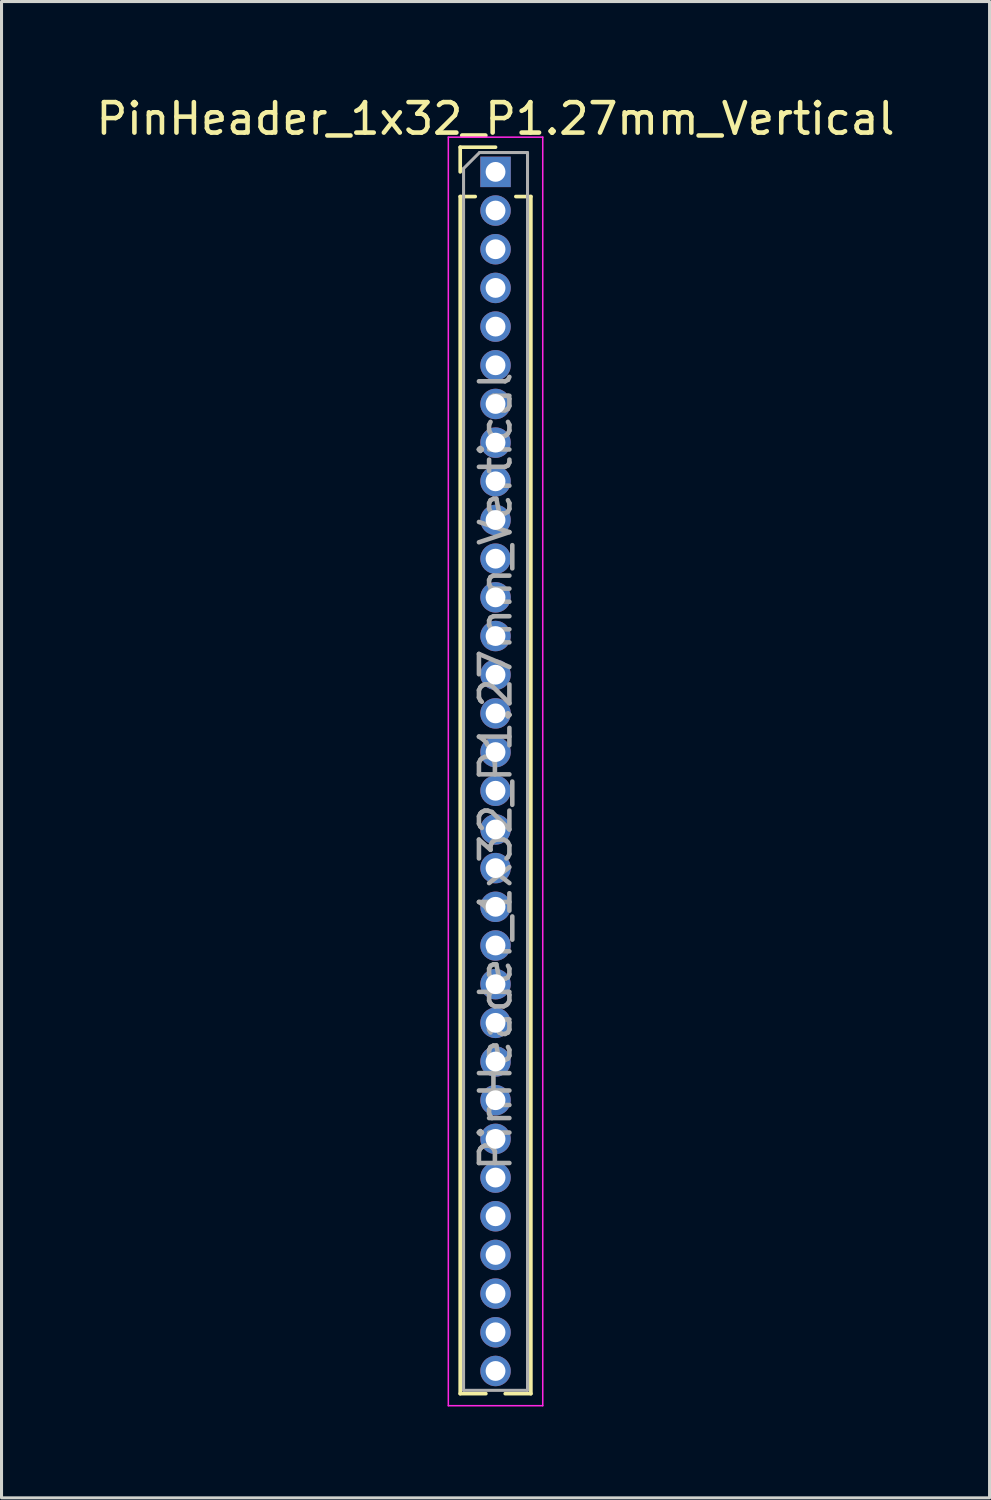
<source format=kicad_pcb>
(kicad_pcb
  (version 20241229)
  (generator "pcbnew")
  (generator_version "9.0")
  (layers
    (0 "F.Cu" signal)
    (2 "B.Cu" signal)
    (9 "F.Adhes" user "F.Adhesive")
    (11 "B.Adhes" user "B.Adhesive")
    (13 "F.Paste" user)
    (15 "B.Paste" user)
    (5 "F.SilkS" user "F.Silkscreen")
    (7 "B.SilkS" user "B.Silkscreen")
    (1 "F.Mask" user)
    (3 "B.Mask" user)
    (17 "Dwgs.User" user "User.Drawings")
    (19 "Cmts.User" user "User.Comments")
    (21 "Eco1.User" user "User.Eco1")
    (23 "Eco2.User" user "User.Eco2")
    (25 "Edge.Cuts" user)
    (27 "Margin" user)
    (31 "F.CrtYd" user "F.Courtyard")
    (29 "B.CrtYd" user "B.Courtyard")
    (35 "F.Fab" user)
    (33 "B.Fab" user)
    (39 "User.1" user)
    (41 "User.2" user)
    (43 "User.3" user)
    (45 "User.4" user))
  (footprint "PinHeader_1x32_P1.27mm_Vertical"
    (layer "F.Cu")
    (at 13.22 2.593)
    (property "Reference" "PinHeader_1x32_P1.27mm_Vertical" (at 0 -1.745 0) (layer "F.SilkS") (effects (font (size 1 1) (thickness 0.15))))
    (attr through_hole)
    (fp_line (start -1.16 -0.81) (end 0 -0.81) (stroke (width 0.12) (type solid)) (layer "F.SilkS"))
    (fp_line (start -1.16 0) (end -1.16 -0.81) (stroke (width 0.12) (type solid)) (layer "F.SilkS"))
    (fp_line (start -1.16 0.81) (end -1.16 40.115) (stroke (width 0.12) (type solid)) (layer "F.SilkS"))
    (fp_line (start -1.16 0.81) (end -0.667 0.81) (stroke (width 0.12) (type solid)) (layer "F.SilkS"))
    (fp_line (start -1.16 40.115) (end -0.318 40.115) (stroke (width 0.12) (type solid)) (layer "F.SilkS"))
    (fp_line (start 0.318 40.115) (end 1.16 40.115) (stroke (width 0.12) (type solid)) (layer "F.SilkS"))
    (fp_line (start 0.667 0.81) (end 1.16 0.81) (stroke (width 0.12) (type solid)) (layer "F.SilkS"))
    (fp_line (start 1.16 0.81) (end 1.16 40.115) (stroke (width 0.12) (type solid)) (layer "F.SilkS"))
    (fp_line (start -1.55 -1.14) (end -1.55 40.51) (stroke (width 0.05) (type solid)) (layer "F.CrtYd"))
    (fp_line (start -1.55 40.51) (end 1.55 40.51) (stroke (width 0.05) (type solid)) (layer "F.CrtYd"))
    (fp_line (start 1.55 -1.14) (end -1.55 -1.14) (stroke (width 0.05) (type solid)) (layer "F.CrtYd"))
    (fp_line (start 1.55 40.51) (end 1.55 -1.14) (stroke (width 0.05) (type solid)) (layer "F.CrtYd"))
    (fp_line (start -1.05 -0.11) (end -0.525 -0.635) (stroke (width 0.1) (type solid)) (layer "F.Fab"))
    (fp_line (start -1.05 40.005) (end -1.05 -0.11) (stroke (width 0.1) (type solid)) (layer "F.Fab"))
    (fp_line (start -0.525 -0.635) (end 1.05 -0.635) (stroke (width 0.1) (type solid)) (layer "F.Fab"))
    (fp_line (start 1.05 -0.635) (end 1.05 40.005) (stroke (width 0.1) (type solid)) (layer "F.Fab"))
    (fp_line (start 1.05 40.005) (end -1.05 40.005) (stroke (width 0.1) (type solid)) (layer "F.Fab"))
    (fp_text user "${REFERENCE}" (at 0 19.685 90) (layer "F.Fab") (effects (font (size 1 1) (thickness 0.15))))
    (pad "1" thru_hole rect (at 0 0) (size 1 1) (drill 0.65) (layers "*.Cu" "*.Mask"))
    (pad "2" thru_hole circle (at 0 1.27) (size 1 1) (drill 0.65) (layers "*.Cu" "*.Mask"))
    (pad "3" thru_hole circle (at 0 2.54) (size 1 1) (drill 0.65) (layers "*.Cu" "*.Mask"))
    (pad "4" thru_hole circle (at 0 3.81) (size 1 1) (drill 0.65) (layers "*.Cu" "*.Mask"))
    (pad "5" thru_hole circle (at 0 5.08) (size 1 1) (drill 0.65) (layers "*.Cu" "*.Mask"))
    (pad "6" thru_hole circle (at 0 6.35) (size 1 1) (drill 0.65) (layers "*.Cu" "*.Mask"))
    (pad "7" thru_hole circle (at 0 7.62) (size 1 1) (drill 0.65) (layers "*.Cu" "*.Mask"))
    (pad "8" thru_hole circle (at 0 8.89) (size 1 1) (drill 0.65) (layers "*.Cu" "*.Mask"))
    (pad "9" thru_hole circle (at 0 10.16) (size 1 1) (drill 0.65) (layers "*.Cu" "*.Mask"))
    (pad "10" thru_hole circle (at 0 11.43) (size 1 1) (drill 0.65) (layers "*.Cu" "*.Mask"))
    (pad "11" thru_hole circle (at 0 12.7) (size 1 1) (drill 0.65) (layers "*.Cu" "*.Mask"))
    (pad "12" thru_hole circle (at 0 13.97) (size 1 1) (drill 0.65) (layers "*.Cu" "*.Mask"))
    (pad "13" thru_hole circle (at 0 15.24) (size 1 1) (drill 0.65) (layers "*.Cu" "*.Mask"))
    (pad "14" thru_hole circle (at 0 16.51) (size 1 1) (drill 0.65) (layers "*.Cu" "*.Mask"))
    (pad "15" thru_hole circle (at 0 17.78) (size 1 1) (drill 0.65) (layers "*.Cu" "*.Mask"))
    (pad "16" thru_hole circle (at 0 19.05) (size 1 1) (drill 0.65) (layers "*.Cu" "*.Mask"))
    (pad "17" thru_hole circle (at 0 20.32) (size 1 1) (drill 0.65) (layers "*.Cu" "*.Mask"))
    (pad "18" thru_hole circle (at 0 21.59) (size 1 1) (drill 0.65) (layers "*.Cu" "*.Mask"))
    (pad "19" thru_hole circle (at 0 22.86) (size 1 1) (drill 0.65) (layers "*.Cu" "*.Mask"))
    (pad "20" thru_hole circle (at 0 24.13) (size 1 1) (drill 0.65) (layers "*.Cu" "*.Mask"))
    (pad "21" thru_hole circle (at 0 25.4) (size 1 1) (drill 0.65) (layers "*.Cu" "*.Mask"))
    (pad "22" thru_hole circle (at 0 26.67) (size 1 1) (drill 0.65) (layers "*.Cu" "*.Mask"))
    (pad "23" thru_hole circle (at 0 27.94) (size 1 1) (drill 0.65) (layers "*.Cu" "*.Mask"))
    (pad "24" thru_hole circle (at 0 29.21) (size 1 1) (drill 0.65) (layers "*.Cu" "*.Mask"))
    (pad "25" thru_hole circle (at 0 30.48) (size 1 1) (drill 0.65) (layers "*.Cu" "*.Mask"))
    (pad "26" thru_hole circle (at 0 31.75) (size 1 1) (drill 0.65) (layers "*.Cu" "*.Mask"))
    (pad "27" thru_hole circle (at 0 33.02) (size 1 1) (drill 0.65) (layers "*.Cu" "*.Mask"))
    (pad "28" thru_hole circle (at 0 34.29) (size 1 1) (drill 0.65) (layers "*.Cu" "*.Mask"))
    (pad "29" thru_hole circle (at 0 35.56) (size 1 1) (drill 0.65) (layers "*.Cu" "*.Mask"))
    (pad "30" thru_hole circle (at 0 36.83) (size 1 1) (drill 0.65) (layers "*.Cu" "*.Mask"))
    (pad "31" thru_hole circle (at 0 38.1) (size 1 1) (drill 0.65) (layers "*.Cu" "*.Mask"))
    (pad "32" thru_hole circle (at 0 39.37) (size 1 1) (drill 0.65) (layers "*.Cu" "*.Mask")))
  (gr_rect
    (start -3 -3)
    (end 29.44 46.128)
    (stroke (width 0.1) (type default))
    (fill no)
    (layer "Edge.Cuts")))
</source>
